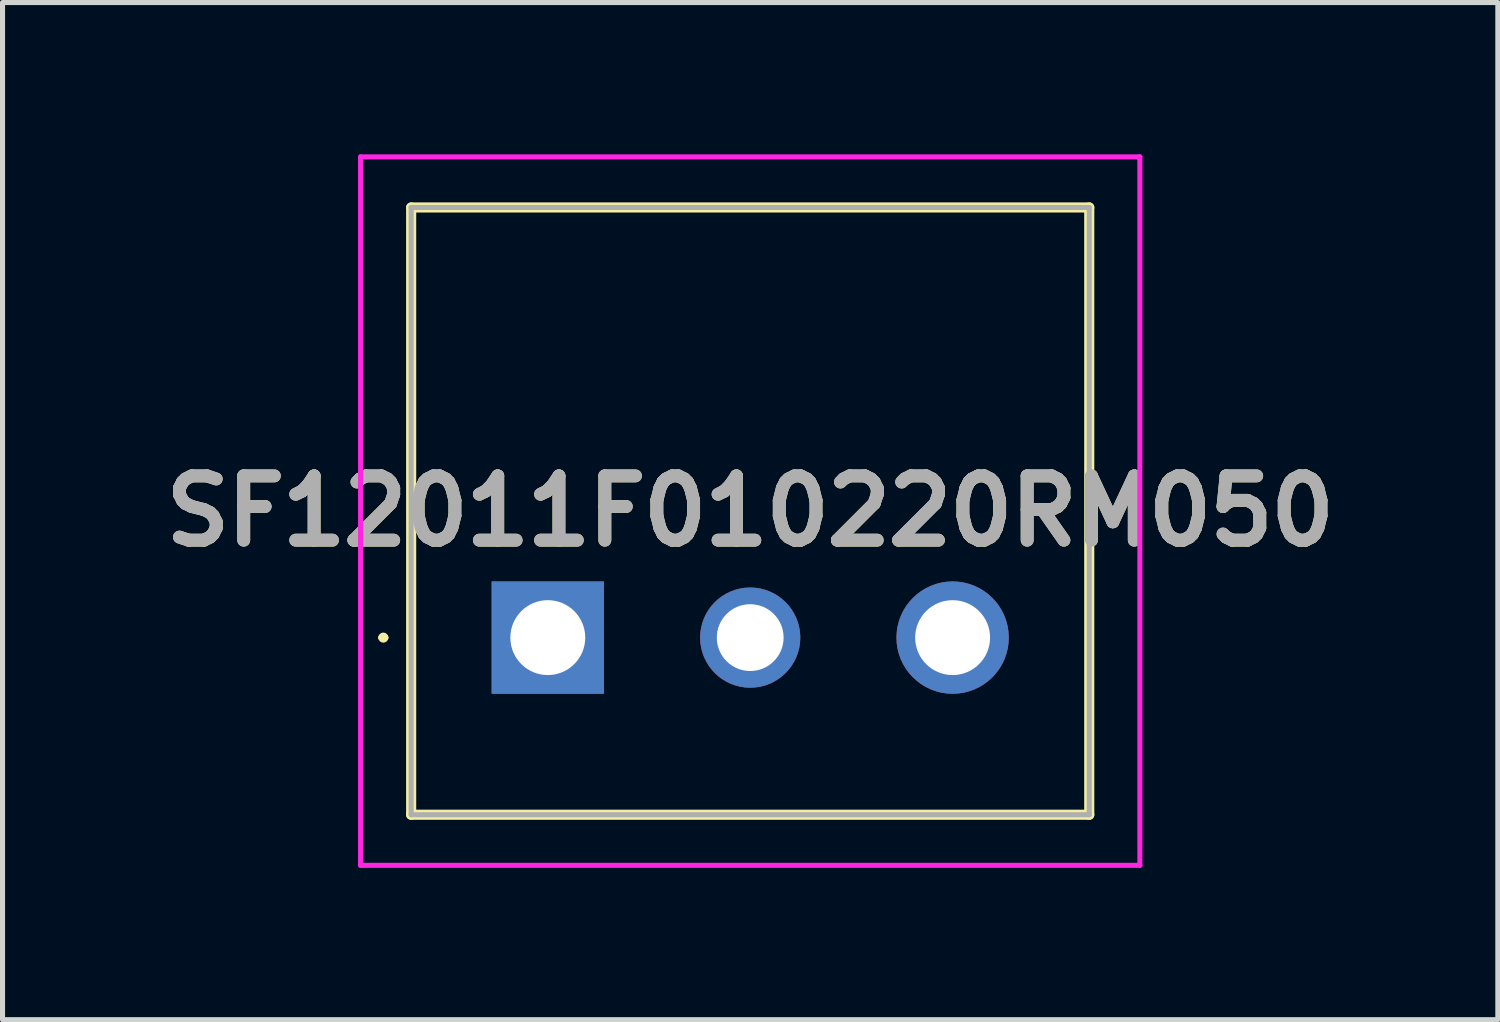
<source format=kicad_pcb>
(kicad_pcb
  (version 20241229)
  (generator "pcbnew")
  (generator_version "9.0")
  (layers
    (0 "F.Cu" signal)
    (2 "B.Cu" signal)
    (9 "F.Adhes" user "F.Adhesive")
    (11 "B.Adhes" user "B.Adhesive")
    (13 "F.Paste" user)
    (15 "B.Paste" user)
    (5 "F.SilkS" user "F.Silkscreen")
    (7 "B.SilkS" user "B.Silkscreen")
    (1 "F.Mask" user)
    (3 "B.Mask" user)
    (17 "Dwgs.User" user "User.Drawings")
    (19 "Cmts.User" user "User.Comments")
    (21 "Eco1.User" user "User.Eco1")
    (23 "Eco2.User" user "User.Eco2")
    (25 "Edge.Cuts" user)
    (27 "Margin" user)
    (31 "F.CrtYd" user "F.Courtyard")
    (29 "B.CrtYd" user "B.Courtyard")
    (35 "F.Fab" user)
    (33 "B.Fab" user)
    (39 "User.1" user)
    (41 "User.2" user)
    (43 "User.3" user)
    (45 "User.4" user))
  (footprint "SF12011F010220RM050"
    (layer "F.Cu")
    (at 7.775 9.55)
    (property "Reference" "SF12011F010220RM050" (at 4 -2.5 0) (layer "F.SilkS") (effects (font (size 1.27 1.27) (thickness 0.254))))
    (attr through_hole)
    (fp_line (start -3.3 0) (end -3.3 0) (stroke (width 0.1) (type solid)) (layer "F.SilkS"))
    (fp_line (start -3.2 0) (end -3.2 0) (stroke (width 0.1) (type solid)) (layer "F.SilkS"))
    (fp_line (start -2.7 -8.5) (end 10.7 -8.5) (stroke (width 0.2) (type solid)) (layer "F.SilkS"))
    (fp_line (start -2.7 3.5) (end -2.7 -8.5) (stroke (width 0.2) (type solid)) (layer "F.SilkS"))
    (fp_line (start 10.7 -8.5) (end 10.7 3.5) (stroke (width 0.2) (type solid)) (layer "F.SilkS"))
    (fp_line (start 10.7 3.5) (end -2.7 3.5) (stroke (width 0.2) (type solid)) (layer "F.SilkS"))
    (fp_arc (start -3.3 0) (mid -3.25 -0.05) (end -3.2 0) (stroke (width 0.1) (type solid)) (layer "F.SilkS"))
    (fp_arc (start -3.2 0) (mid -3.25 0.05) (end -3.3 0) (stroke (width 0.1) (type solid)) (layer "F.SilkS"))
    (fp_line (start -3.7 -9.5) (end 11.7 -9.5) (stroke (width 0.1) (type solid)) (layer "F.CrtYd"))
    (fp_line (start -3.7 4.5) (end -3.7 -9.5) (stroke (width 0.1) (type solid)) (layer "F.CrtYd"))
    (fp_line (start 11.7 -9.5) (end 11.7 4.5) (stroke (width 0.1) (type solid)) (layer "F.CrtYd"))
    (fp_line (start 11.7 4.5) (end -3.7 4.5) (stroke (width 0.1) (type solid)) (layer "F.CrtYd"))
    (fp_line (start -2.7 -8.5) (end 10.7 -8.5) (stroke (width 0.1) (type solid)) (layer "F.Fab"))
    (fp_line (start -2.7 3.5) (end -2.7 -8.5) (stroke (width 0.1) (type solid)) (layer "F.Fab"))
    (fp_line (start 10.7 -8.5) (end 10.7 3.5) (stroke (width 0.1) (type solid)) (layer "F.Fab"))
    (fp_line (start 10.7 3.5) (end -2.7 3.5) (stroke (width 0.1) (type solid)) (layer "F.Fab"))
    (fp_text user "${REFERENCE}" (at 4 -2.5 0) (layer "F.Fab") (effects (font (size 1.27 1.27) (thickness 0.254))))
    (pad "1" thru_hole rect (at 0 0) (size 2.22 2.22) (drill 1.48) (layers "*.Cu" "*.Mask"))
    (pad "2" thru_hole circle (at 4 0) (size 1.98 1.98) (drill 1.32) (layers "*.Cu" "*.Mask"))
    (pad "3" thru_hole circle (at 8 0) (size 2.22 2.22) (drill 1.48) (layers "*.Cu" "*.Mask")))
  (gr_rect
    (start -3 -3)
    (end 26.549 17.1)
    (stroke (width 0.1) (type default))
    (fill no)
    (layer "Edge.Cuts")))
</source>
